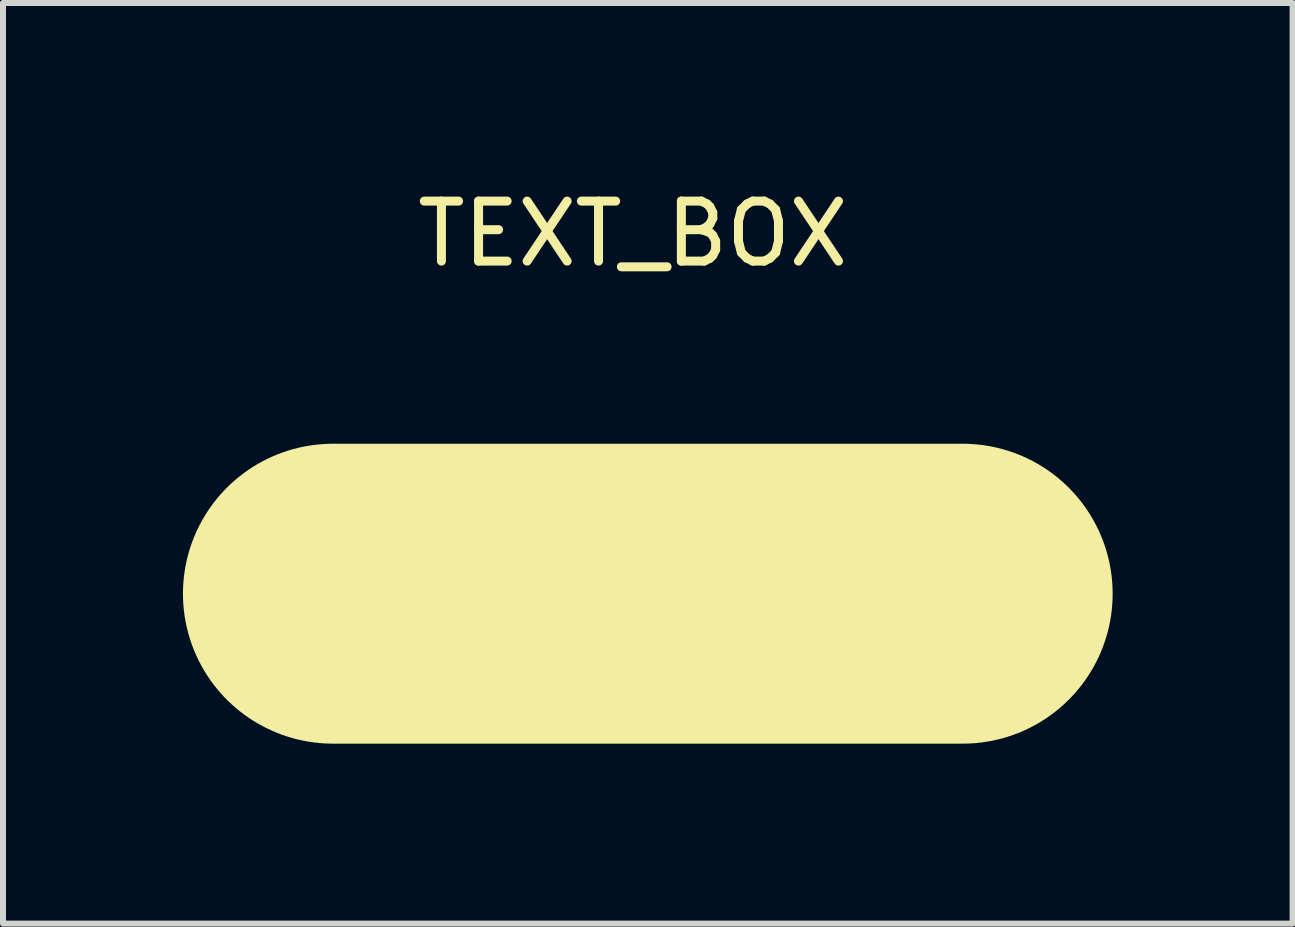
<source format=kicad_pcb>
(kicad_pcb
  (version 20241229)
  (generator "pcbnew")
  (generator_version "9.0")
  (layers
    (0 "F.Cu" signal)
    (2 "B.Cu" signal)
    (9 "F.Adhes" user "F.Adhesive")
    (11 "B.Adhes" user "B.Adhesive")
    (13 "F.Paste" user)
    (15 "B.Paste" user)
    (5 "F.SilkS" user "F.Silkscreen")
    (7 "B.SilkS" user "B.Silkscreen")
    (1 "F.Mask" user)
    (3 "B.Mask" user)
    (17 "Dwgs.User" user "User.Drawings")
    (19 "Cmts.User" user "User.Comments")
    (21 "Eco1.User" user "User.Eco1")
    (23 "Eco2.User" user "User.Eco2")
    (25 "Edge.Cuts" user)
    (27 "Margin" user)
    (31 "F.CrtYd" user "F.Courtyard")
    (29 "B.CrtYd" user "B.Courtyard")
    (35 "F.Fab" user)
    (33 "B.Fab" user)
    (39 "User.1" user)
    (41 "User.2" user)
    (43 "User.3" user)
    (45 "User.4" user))
  (footprint "TEXT_BOX"
    (layer "F.Cu")
    (at 7.5 6.848)
    (property "Reference" "TEXT_BOX" (at 0 -6 0) (layer "F.SilkS") (effects (font (size 1 1) (thickness 0.15))))
    (attr through_hole)
    (fp_line (start -5 0) (end 5.5 0) (stroke (width 5) (type solid)) (layer "F.SilkS")))
  (gr_rect
    (start -3 -3)
    (end 18.5 12.348)
    (stroke (width 0.1) (type default))
    (fill no)
    (layer "Edge.Cuts")))
</source>
